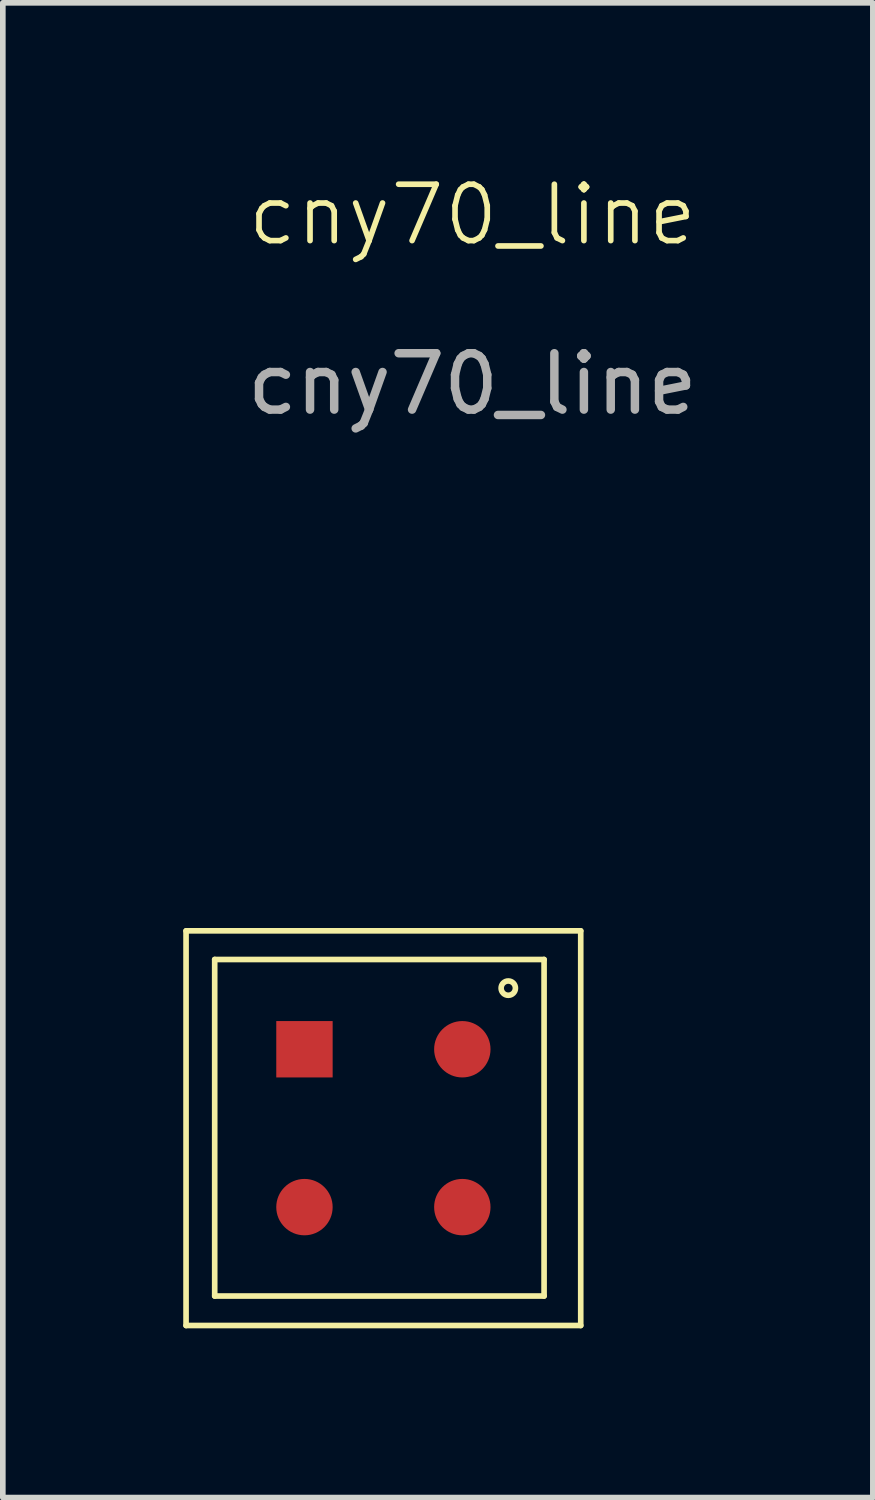
<source format=kicad_pcb>
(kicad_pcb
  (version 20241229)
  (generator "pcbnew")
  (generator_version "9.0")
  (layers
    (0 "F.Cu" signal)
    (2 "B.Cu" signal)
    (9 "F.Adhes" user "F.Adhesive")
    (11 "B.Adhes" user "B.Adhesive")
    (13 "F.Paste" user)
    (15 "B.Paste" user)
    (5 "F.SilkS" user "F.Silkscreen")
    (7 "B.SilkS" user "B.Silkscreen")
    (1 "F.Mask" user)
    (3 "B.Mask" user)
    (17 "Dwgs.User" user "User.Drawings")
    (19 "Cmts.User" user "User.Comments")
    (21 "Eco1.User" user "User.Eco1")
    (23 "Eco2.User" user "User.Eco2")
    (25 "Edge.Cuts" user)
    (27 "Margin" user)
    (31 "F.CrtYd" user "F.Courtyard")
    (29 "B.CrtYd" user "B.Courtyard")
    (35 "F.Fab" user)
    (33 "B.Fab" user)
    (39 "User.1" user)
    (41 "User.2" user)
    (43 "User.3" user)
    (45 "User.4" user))
  (footprint "cny70_line"
    (layer "F.Cu")
    (at 0.25 13.46)
    (property "Reference" "cny70_line" (at 5.08 -12.7 0) (unlocked yes) (layer "F.SilkS") (effects (font (size 1 1) (thickness 0.1))))
    (attr smd)
    (fp_line (start 0 0) (end 0 7) (stroke (width 0.1) (type default)) (layer "F.SilkS"))
    (fp_line (start 0 7) (end 7 7) (stroke (width 0.1) (type default)) (layer "F.SilkS"))
    (fp_line (start 0.508 0.508) (end 6.35 0.508) (stroke (width 0.1) (type default)) (layer "F.SilkS"))
    (fp_line (start 0.508 6.477) (end 0.508 0.508) (stroke (width 0.1) (type default)) (layer "F.SilkS"))
    (fp_line (start 6.35 0.508) (end 6.35 6.477) (stroke (width 0.1) (type default)) (layer "F.SilkS"))
    (fp_line (start 6.35 6.477) (end 0.508 6.477) (stroke (width 0.1) (type default)) (layer "F.SilkS"))
    (fp_line (start 7 0) (end 0 0) (stroke (width 0.1) (type default)) (layer "F.SilkS"))
    (fp_line (start 7 7) (end 7 0) (stroke (width 0.1) (type default)) (layer "F.SilkS"))
    (fp_circle (center 5.715 1.016) (end 5.715 1.143) (stroke (width 0.1) (type default)) (fill no) (layer "F.SilkS"))
    (fp_text user "${REFERENCE}" (at 5.08 -9.7 0) (unlocked yes) (layer "F.Fab") (effects (font (size 1 1) (thickness 0.15))))
    (pad "1" smd rect (at 2.1 2.1) (size 1 1) (layers "F.Cu" "F.Mask" "F.Paste"))
    (pad "2" smd circle (at 2.1 4.9) (size 1 1) (layers "F.Cu" "F.Mask" "F.Paste"))
    (pad "3" smd circle (at 4.9 2.1) (size 1 1) (layers "F.Cu" "F.Mask" "F.Paste"))
    (pad "4" smd circle (at 4.9 4.9) (size 1 1) (layers "F.Cu" "F.Mask" "F.Paste")))
  (gr_rect
    (start -3 -3)
    (end 12.431 23.511)
    (stroke (width 0.1) (type default))
    (fill no)
    (layer "Edge.Cuts")))
</source>
